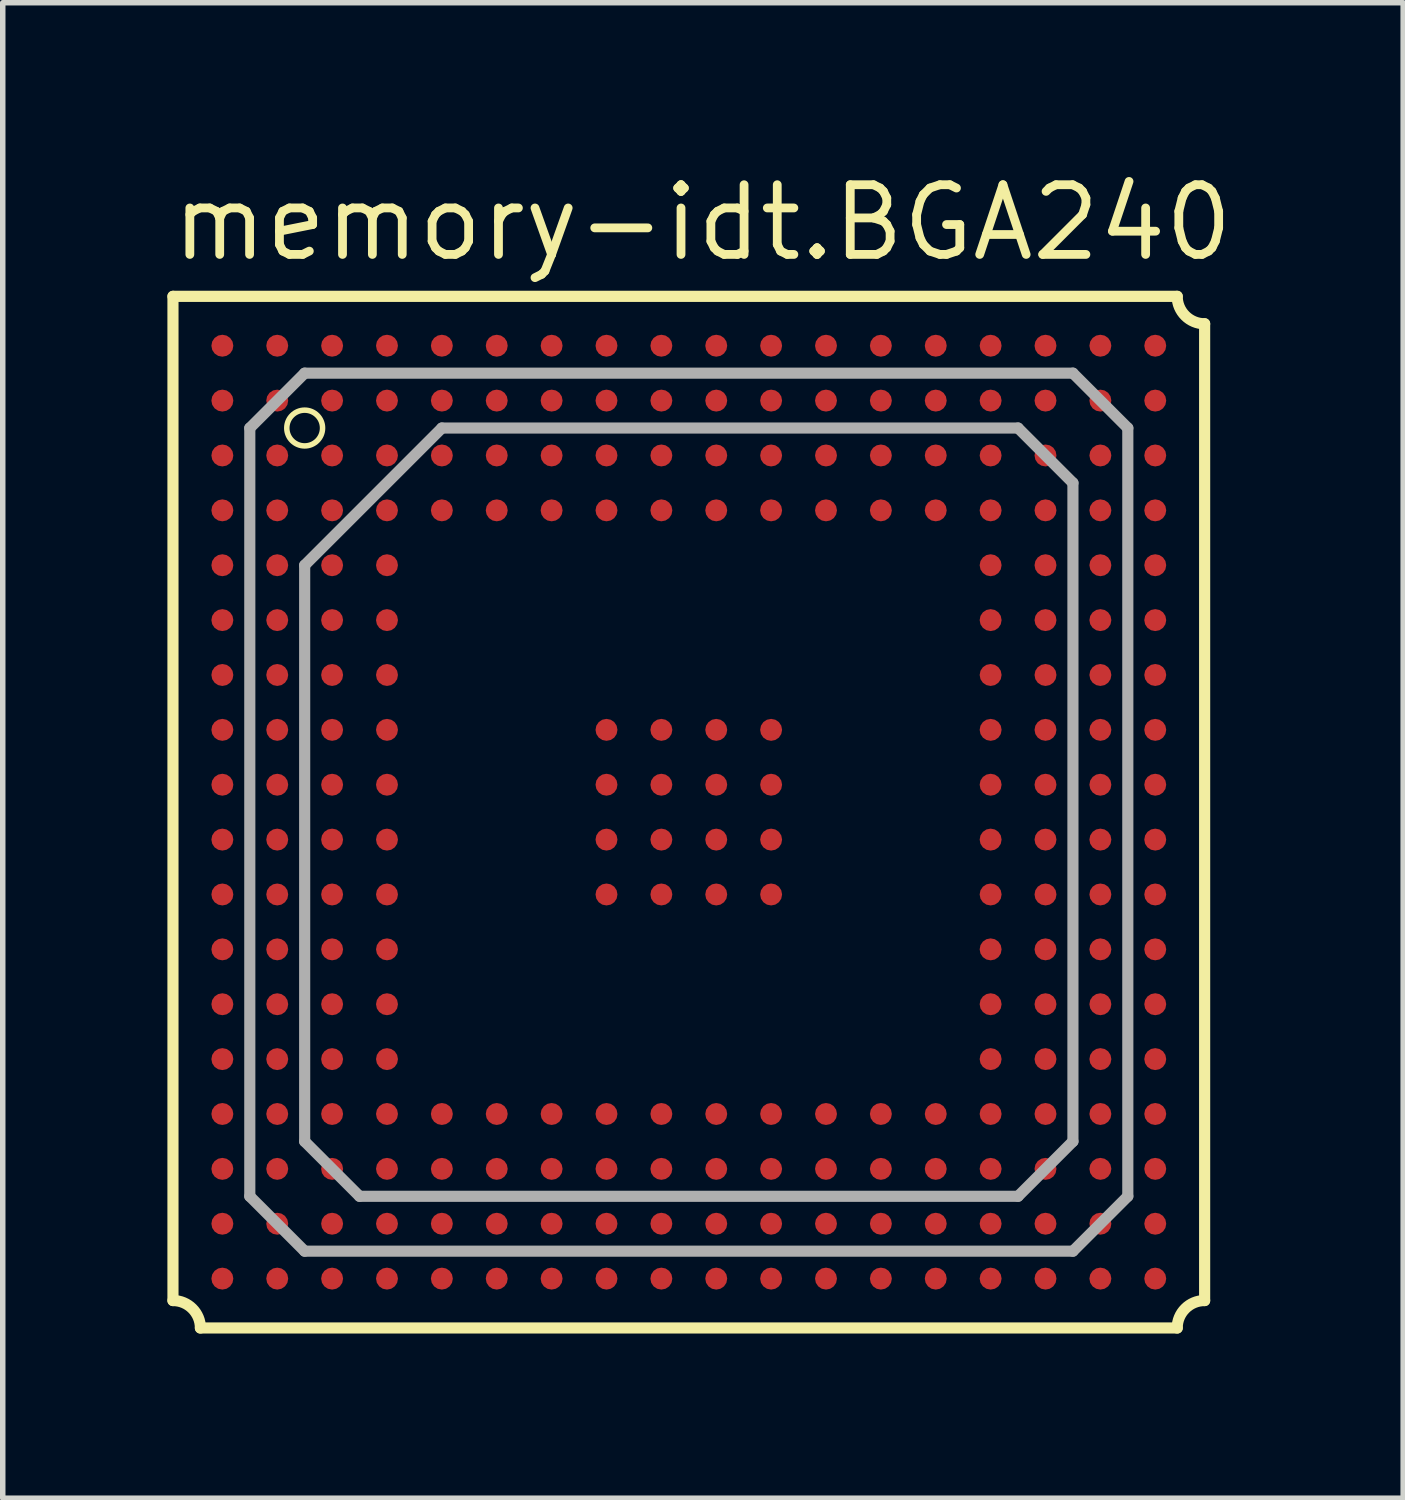
<source format=kicad_pcb>
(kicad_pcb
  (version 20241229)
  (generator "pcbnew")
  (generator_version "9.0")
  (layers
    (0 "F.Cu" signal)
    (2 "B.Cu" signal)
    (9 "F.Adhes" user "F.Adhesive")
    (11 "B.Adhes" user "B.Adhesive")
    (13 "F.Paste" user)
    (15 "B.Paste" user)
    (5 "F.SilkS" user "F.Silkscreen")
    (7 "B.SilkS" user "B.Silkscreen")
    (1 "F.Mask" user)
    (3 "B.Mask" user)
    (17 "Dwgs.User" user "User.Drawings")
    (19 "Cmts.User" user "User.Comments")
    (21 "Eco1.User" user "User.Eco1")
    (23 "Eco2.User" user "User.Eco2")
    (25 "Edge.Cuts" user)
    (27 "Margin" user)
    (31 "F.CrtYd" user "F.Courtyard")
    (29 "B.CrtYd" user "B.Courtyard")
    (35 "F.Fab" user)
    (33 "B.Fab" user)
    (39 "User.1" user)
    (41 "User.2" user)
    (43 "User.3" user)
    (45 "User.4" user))
  (footprint "memory-idt.BGA240"
    (layer "F.Cu")
    (at 9.502 11.75)
    (property "Reference" "memory-idt.BGA240" (at -9.5 -10 0) (layer "F.SilkS") (effects (font (size 1.27 1.27) (thickness 0.16)) (justify left bottom)))
    (attr smd)
    (fp_circle (center -8.5 -8.5) (end -8.3 -8.5) (stroke (width 0.1) (type default)) (fill no) (layer "F.Mask"))
    (fp_circle (center -8.5 -7.5) (end -8.3 -7.5) (stroke (width 0.1) (type default)) (fill no) (layer "F.Mask"))
    (fp_circle (center -8.5 -6.5) (end -8.3 -6.5) (stroke (width 0.1) (type default)) (fill no) (layer "F.Mask"))
    (fp_circle (center -8.5 -5.5) (end -8.3 -5.5) (stroke (width 0.1) (type default)) (fill no) (layer "F.Mask"))
    (fp_circle (center -8.5 -4.5) (end -8.3 -4.5) (stroke (width 0.1) (type default)) (fill no) (layer "F.Mask"))
    (fp_circle (center -8.5 -3.5) (end -8.3 -3.5) (stroke (width 0.1) (type default)) (fill no) (layer "F.Mask"))
    (fp_circle (center -8.5 -2.5) (end -8.3 -2.5) (stroke (width 0.1) (type default)) (fill no) (layer "F.Mask"))
    (fp_circle (center -8.5 -1.5) (end -8.3 -1.5) (stroke (width 0.1) (type default)) (fill no) (layer "F.Mask"))
    (fp_circle (center -8.5 -0.5) (end -8.3 -0.5) (stroke (width 0.1) (type default)) (fill no) (layer "F.Mask"))
    (fp_circle (center -8.5 0.5) (end -8.3 0.5) (stroke (width 0.1) (type default)) (fill no) (layer "F.Mask"))
    (fp_circle (center -8.5 1.5) (end -8.3 1.5) (stroke (width 0.1) (type default)) (fill no) (layer "F.Mask"))
    (fp_circle (center -8.5 2.5) (end -8.3 2.5) (stroke (width 0.1) (type default)) (fill no) (layer "F.Mask"))
    (fp_circle (center -8.5 3.5) (end -8.3 3.5) (stroke (width 0.1) (type default)) (fill no) (layer "F.Mask"))
    (fp_circle (center -8.5 4.5) (end -8.3 4.5) (stroke (width 0.1) (type default)) (fill no) (layer "F.Mask"))
    (fp_circle (center -8.5 5.5) (end -8.3 5.5) (stroke (width 0.1) (type default)) (fill no) (layer "F.Mask"))
    (fp_circle (center -8.5 6.5) (end -8.3 6.5) (stroke (width 0.1) (type default)) (fill no) (layer "F.Mask"))
    (fp_circle (center -8.5 7.5) (end -8.3 7.5) (stroke (width 0.1) (type default)) (fill no) (layer "F.Mask"))
    (fp_circle (center -8.5 8.5) (end -8.3 8.5) (stroke (width 0.1) (type default)) (fill no) (layer "F.Mask"))
    (fp_circle (center -7.5 -8.5) (end -7.3 -8.5) (stroke (width 0.1) (type default)) (fill no) (layer "F.Mask"))
    (fp_circle (center -7.5 -7.5) (end -7.3 -7.5) (stroke (width 0.1) (type default)) (fill no) (layer "F.Mask"))
    (fp_circle (center -7.5 -6.5) (end -7.3 -6.5) (stroke (width 0.1) (type default)) (fill no) (layer "F.Mask"))
    (fp_circle (center -7.5 -5.5) (end -7.3 -5.5) (stroke (width 0.1) (type default)) (fill no) (layer "F.Mask"))
    (fp_circle (center -7.5 -4.5) (end -7.3 -4.5) (stroke (width 0.1) (type default)) (fill no) (layer "F.Mask"))
    (fp_circle (center -7.5 -3.5) (end -7.3 -3.5) (stroke (width 0.1) (type default)) (fill no) (layer "F.Mask"))
    (fp_circle (center -7.5 -2.5) (end -7.3 -2.5) (stroke (width 0.1) (type default)) (fill no) (layer "F.Mask"))
    (fp_circle (center -7.5 -1.5) (end -7.3 -1.5) (stroke (width 0.1) (type default)) (fill no) (layer "F.Mask"))
    (fp_circle (center -7.5 -0.5) (end -7.3 -0.5) (stroke (width 0.1) (type default)) (fill no) (layer "F.Mask"))
    (fp_circle (center -7.5 0.5) (end -7.3 0.5) (stroke (width 0.1) (type default)) (fill no) (layer "F.Mask"))
    (fp_circle (center -7.5 1.5) (end -7.3 1.5) (stroke (width 0.1) (type default)) (fill no) (layer "F.Mask"))
    (fp_circle (center -7.5 2.5) (end -7.3 2.5) (stroke (width 0.1) (type default)) (fill no) (layer "F.Mask"))
    (fp_circle (center -7.5 3.5) (end -7.3 3.5) (stroke (width 0.1) (type default)) (fill no) (layer "F.Mask"))
    (fp_circle (center -7.5 4.5) (end -7.3 4.5) (stroke (width 0.1) (type default)) (fill no) (layer "F.Mask"))
    (fp_circle (center -7.5 5.5) (end -7.3 5.5) (stroke (width 0.1) (type default)) (fill no) (layer "F.Mask"))
    (fp_circle (center -7.5 6.5) (end -7.3 6.5) (stroke (width 0.1) (type default)) (fill no) (layer "F.Mask"))
    (fp_circle (center -7.5 7.5) (end -7.3 7.5) (stroke (width 0.1) (type default)) (fill no) (layer "F.Mask"))
    (fp_circle (center -7.5 8.5) (end -7.3 8.5) (stroke (width 0.1) (type default)) (fill no) (layer "F.Mask"))
    (fp_circle (center -6.5 -8.5) (end -6.3 -8.5) (stroke (width 0.1) (type default)) (fill no) (layer "F.Mask"))
    (fp_circle (center -6.5 -7.5) (end -6.3 -7.5) (stroke (width 0.1) (type default)) (fill no) (layer "F.Mask"))
    (fp_circle (center -6.5 -6.5) (end -6.3 -6.5) (stroke (width 0.1) (type default)) (fill no) (layer "F.Mask"))
    (fp_circle (center -6.5 -5.5) (end -6.3 -5.5) (stroke (width 0.1) (type default)) (fill no) (layer "F.Mask"))
    (fp_circle (center -6.5 -4.5) (end -6.3 -4.5) (stroke (width 0.1) (type default)) (fill no) (layer "F.Mask"))
    (fp_circle (center -6.5 -3.5) (end -6.3 -3.5) (stroke (width 0.1) (type default)) (fill no) (layer "F.Mask"))
    (fp_circle (center -6.5 -2.5) (end -6.3 -2.5) (stroke (width 0.1) (type default)) (fill no) (layer "F.Mask"))
    (fp_circle (center -6.5 -1.5) (end -6.3 -1.5) (stroke (width 0.1) (type default)) (fill no) (layer "F.Mask"))
    (fp_circle (center -6.5 -0.5) (end -6.3 -0.5) (stroke (width 0.1) (type default)) (fill no) (layer "F.Mask"))
    (fp_circle (center -6.5 0.5) (end -6.3 0.5) (stroke (width 0.1) (type default)) (fill no) (layer "F.Mask"))
    (fp_circle (center -6.5 1.5) (end -6.3 1.5) (stroke (width 0.1) (type default)) (fill no) (layer "F.Mask"))
    (fp_circle (center -6.5 2.5) (end -6.3 2.5) (stroke (width 0.1) (type default)) (fill no) (layer "F.Mask"))
    (fp_circle (center -6.5 3.5) (end -6.3 3.5) (stroke (width 0.1) (type default)) (fill no) (layer "F.Mask"))
    (fp_circle (center -6.5 4.5) (end -6.3 4.5) (stroke (width 0.1) (type default)) (fill no) (layer "F.Mask"))
    (fp_circle (center -6.5 5.5) (end -6.3 5.5) (stroke (width 0.1) (type default)) (fill no) (layer "F.Mask"))
    (fp_circle (center -6.5 6.5) (end -6.3 6.5) (stroke (width 0.1) (type default)) (fill no) (layer "F.Mask"))
    (fp_circle (center -6.5 7.5) (end -6.3 7.5) (stroke (width 0.1) (type default)) (fill no) (layer "F.Mask"))
    (fp_circle (center -6.5 8.5) (end -6.3 8.5) (stroke (width 0.1) (type default)) (fill no) (layer "F.Mask"))
    (fp_circle (center -5.5 -8.5) (end -5.3 -8.5) (stroke (width 0.1) (type default)) (fill no) (layer "F.Mask"))
    (fp_circle (center -5.5 -7.5) (end -5.3 -7.5) (stroke (width 0.1) (type default)) (fill no) (layer "F.Mask"))
    (fp_circle (center -5.5 -6.5) (end -5.3 -6.5) (stroke (width 0.1) (type default)) (fill no) (layer "F.Mask"))
    (fp_circle (center -5.5 -5.5) (end -5.3 -5.5) (stroke (width 0.1) (type default)) (fill no) (layer "F.Mask"))
    (fp_circle (center -5.5 -4.5) (end -5.3 -4.5) (stroke (width 0.1) (type default)) (fill no) (layer "F.Mask"))
    (fp_circle (center -5.5 -3.5) (end -5.3 -3.5) (stroke (width 0.1) (type default)) (fill no) (layer "F.Mask"))
    (fp_circle (center -5.5 -2.5) (end -5.3 -2.5) (stroke (width 0.1) (type default)) (fill no) (layer "F.Mask"))
    (fp_circle (center -5.5 -1.5) (end -5.3 -1.5) (stroke (width 0.1) (type default)) (fill no) (layer "F.Mask"))
    (fp_circle (center -5.5 -0.5) (end -5.3 -0.5) (stroke (width 0.1) (type default)) (fill no) (layer "F.Mask"))
    (fp_circle (center -5.5 0.5) (end -5.3 0.5) (stroke (width 0.1) (type default)) (fill no) (layer "F.Mask"))
    (fp_circle (center -5.5 1.5) (end -5.3 1.5) (stroke (width 0.1) (type default)) (fill no) (layer "F.Mask"))
    (fp_circle (center -5.5 2.5) (end -5.3 2.5) (stroke (width 0.1) (type default)) (fill no) (layer "F.Mask"))
    (fp_circle (center -5.5 3.5) (end -5.3 3.5) (stroke (width 0.1) (type default)) (fill no) (layer "F.Mask"))
    (fp_circle (center -5.5 4.5) (end -5.3 4.5) (stroke (width 0.1) (type default)) (fill no) (layer "F.Mask"))
    (fp_circle (center -5.5 5.5) (end -5.3 5.5) (stroke (width 0.1) (type default)) (fill no) (layer "F.Mask"))
    (fp_circle (center -5.5 6.5) (end -5.3 6.5) (stroke (width 0.1) (type default)) (fill no) (layer "F.Mask"))
    (fp_circle (center -5.5 7.5) (end -5.3 7.5) (stroke (width 0.1) (type default)) (fill no) (layer "F.Mask"))
    (fp_circle (center -5.5 8.5) (end -5.3 8.5) (stroke (width 0.1) (type default)) (fill no) (layer "F.Mask"))
    (fp_circle (center -4.5 -8.5) (end -4.3 -8.5) (stroke (width 0.1) (type default)) (fill no) (layer "F.Mask"))
    (fp_circle (center -4.5 -7.5) (end -4.3 -7.5) (stroke (width 0.1) (type default)) (fill no) (layer "F.Mask"))
    (fp_circle (center -4.5 -6.5) (end -4.3 -6.5) (stroke (width 0.1) (type default)) (fill no) (layer "F.Mask"))
    (fp_circle (center -4.5 -5.5) (end -4.3 -5.5) (stroke (width 0.1) (type default)) (fill no) (layer "F.Mask"))
    (fp_circle (center -4.5 5.5) (end -4.3 5.5) (stroke (width 0.1) (type default)) (fill no) (layer "F.Mask"))
    (fp_circle (center -4.5 6.5) (end -4.3 6.5) (stroke (width 0.1) (type default)) (fill no) (layer "F.Mask"))
    (fp_circle (center -4.5 7.5) (end -4.3 7.5) (stroke (width 0.1) (type default)) (fill no) (layer "F.Mask"))
    (fp_circle (center -4.5 8.5) (end -4.3 8.5) (stroke (width 0.1) (type default)) (fill no) (layer "F.Mask"))
    (fp_circle (center -3.5 -8.5) (end -3.3 -8.5) (stroke (width 0.1) (type default)) (fill no) (layer "F.Mask"))
    (fp_circle (center -3.5 -7.5) (end -3.3 -7.5) (stroke (width 0.1) (type default)) (fill no) (layer "F.Mask"))
    (fp_circle (center -3.5 -6.5) (end -3.3 -6.5) (stroke (width 0.1) (type default)) (fill no) (layer "F.Mask"))
    (fp_circle (center -3.5 -5.5) (end -3.3 -5.5) (stroke (width 0.1) (type default)) (fill no) (layer "F.Mask"))
    (fp_circle (center -3.5 5.5) (end -3.3 5.5) (stroke (width 0.1) (type default)) (fill no) (layer "F.Mask"))
    (fp_circle (center -3.5 6.5) (end -3.3 6.5) (stroke (width 0.1) (type default)) (fill no) (layer "F.Mask"))
    (fp_circle (center -3.5 7.5) (end -3.3 7.5) (stroke (width 0.1) (type default)) (fill no) (layer "F.Mask"))
    (fp_circle (center -3.5 8.5) (end -3.3 8.5) (stroke (width 0.1) (type default)) (fill no) (layer "F.Mask"))
    (fp_circle (center -2.5 -8.5) (end -2.3 -8.5) (stroke (width 0.1) (type default)) (fill no) (layer "F.Mask"))
    (fp_circle (center -2.5 -7.5) (end -2.3 -7.5) (stroke (width 0.1) (type default)) (fill no) (layer "F.Mask"))
    (fp_circle (center -2.5 -6.5) (end -2.3 -6.5) (stroke (width 0.1) (type default)) (fill no) (layer "F.Mask"))
    (fp_circle (center -2.5 -5.5) (end -2.3 -5.5) (stroke (width 0.1) (type default)) (fill no) (layer "F.Mask"))
    (fp_circle (center -2.5 5.5) (end -2.3 5.5) (stroke (width 0.1) (type default)) (fill no) (layer "F.Mask"))
    (fp_circle (center -2.5 6.5) (end -2.3 6.5) (stroke (width 0.1) (type default)) (fill no) (layer "F.Mask"))
    (fp_circle (center -2.5 7.5) (end -2.3 7.5) (stroke (width 0.1) (type default)) (fill no) (layer "F.Mask"))
    (fp_circle (center -2.5 8.5) (end -2.3 8.5) (stroke (width 0.1) (type default)) (fill no) (layer "F.Mask"))
    (fp_circle (center -1.5 -8.5) (end -1.3 -8.5) (stroke (width 0.1) (type default)) (fill no) (layer "F.Mask"))
    (fp_circle (center -1.5 -7.5) (end -1.3 -7.5) (stroke (width 0.1) (type default)) (fill no) (layer "F.Mask"))
    (fp_circle (center -1.5 -6.5) (end -1.3 -6.5) (stroke (width 0.1) (type default)) (fill no) (layer "F.Mask"))
    (fp_circle (center -1.5 -5.5) (end -1.3 -5.5) (stroke (width 0.1) (type default)) (fill no) (layer "F.Mask"))
    (fp_circle (center -1.5 -1.5) (end -1.3 -1.5) (stroke (width 0.1) (type default)) (fill no) (layer "F.Mask"))
    (fp_circle (center -1.5 -0.5) (end -1.3 -0.5) (stroke (width 0.1) (type default)) (fill no) (layer "F.Mask"))
    (fp_circle (center -1.5 0.5) (end -1.3 0.5) (stroke (width 0.1) (type default)) (fill no) (layer "F.Mask"))
    (fp_circle (center -1.5 1.5) (end -1.3 1.5) (stroke (width 0.1) (type default)) (fill no) (layer "F.Mask"))
    (fp_circle (center -1.5 5.5) (end -1.3 5.5) (stroke (width 0.1) (type default)) (fill no) (layer "F.Mask"))
    (fp_circle (center -1.5 6.5) (end -1.3 6.5) (stroke (width 0.1) (type default)) (fill no) (layer "F.Mask"))
    (fp_circle (center -1.5 7.5) (end -1.3 7.5) (stroke (width 0.1) (type default)) (fill no) (layer "F.Mask"))
    (fp_circle (center -1.5 8.5) (end -1.3 8.5) (stroke (width 0.1) (type default)) (fill no) (layer "F.Mask"))
    (fp_circle (center -0.5 -8.5) (end -0.3 -8.5) (stroke (width 0.1) (type default)) (fill no) (layer "F.Mask"))
    (fp_circle (center -0.5 -7.5) (end -0.3 -7.5) (stroke (width 0.1) (type default)) (fill no) (layer "F.Mask"))
    (fp_circle (center -0.5 -6.5) (end -0.3 -6.5) (stroke (width 0.1) (type default)) (fill no) (layer "F.Mask"))
    (fp_circle (center -0.5 -5.5) (end -0.3 -5.5) (stroke (width 0.1) (type default)) (fill no) (layer "F.Mask"))
    (fp_circle (center -0.5 -1.5) (end -0.3 -1.5) (stroke (width 0.1) (type default)) (fill no) (layer "F.Mask"))
    (fp_circle (center -0.5 -0.5) (end -0.3 -0.5) (stroke (width 0.1) (type default)) (fill no) (layer "F.Mask"))
    (fp_circle (center -0.5 0.5) (end -0.3 0.5) (stroke (width 0.1) (type default)) (fill no) (layer "F.Mask"))
    (fp_circle (center -0.5 1.5) (end -0.3 1.5) (stroke (width 0.1) (type default)) (fill no) (layer "F.Mask"))
    (fp_circle (center -0.5 5.5) (end -0.3 5.5) (stroke (width 0.1) (type default)) (fill no) (layer "F.Mask"))
    (fp_circle (center -0.5 6.5) (end -0.3 6.5) (stroke (width 0.1) (type default)) (fill no) (layer "F.Mask"))
    (fp_circle (center -0.5 7.5) (end -0.3 7.5) (stroke (width 0.1) (type default)) (fill no) (layer "F.Mask"))
    (fp_circle (center -0.5 8.5) (end -0.3 8.5) (stroke (width 0.1) (type default)) (fill no) (layer "F.Mask"))
    (fp_circle (center 0.5 -8.5) (end 0.7 -8.5) (stroke (width 0.1) (type default)) (fill no) (layer "F.Mask"))
    (fp_circle (center 0.5 -7.5) (end 0.7 -7.5) (stroke (width 0.1) (type default)) (fill no) (layer "F.Mask"))
    (fp_circle (center 0.5 -6.5) (end 0.7 -6.5) (stroke (width 0.1) (type default)) (fill no) (layer "F.Mask"))
    (fp_circle (center 0.5 -5.5) (end 0.7 -5.5) (stroke (width 0.1) (type default)) (fill no) (layer "F.Mask"))
    (fp_circle (center 0.5 -1.5) (end 0.7 -1.5) (stroke (width 0.1) (type default)) (fill no) (layer "F.Mask"))
    (fp_circle (center 0.5 -0.5) (end 0.7 -0.5) (stroke (width 0.1) (type default)) (fill no) (layer "F.Mask"))
    (fp_circle (center 0.5 0.5) (end 0.7 0.5) (stroke (width 0.1) (type default)) (fill no) (layer "F.Mask"))
    (fp_circle (center 0.5 1.5) (end 0.7 1.5) (stroke (width 0.1) (type default)) (fill no) (layer "F.Mask"))
    (fp_circle (center 0.5 5.5) (end 0.7 5.5) (stroke (width 0.1) (type default)) (fill no) (layer "F.Mask"))
    (fp_circle (center 0.5 6.5) (end 0.7 6.5) (stroke (width 0.1) (type default)) (fill no) (layer "F.Mask"))
    (fp_circle (center 0.5 7.5) (end 0.7 7.5) (stroke (width 0.1) (type default)) (fill no) (layer "F.Mask"))
    (fp_circle (center 0.5 8.5) (end 0.7 8.5) (stroke (width 0.1) (type default)) (fill no) (layer "F.Mask"))
    (fp_circle (center 1.5 -8.5) (end 1.7 -8.5) (stroke (width 0.1) (type default)) (fill no) (layer "F.Mask"))
    (fp_circle (center 1.5 -7.5) (end 1.7 -7.5) (stroke (width 0.1) (type default)) (fill no) (layer "F.Mask"))
    (fp_circle (center 1.5 -6.5) (end 1.7 -6.5) (stroke (width 0.1) (type default)) (fill no) (layer "F.Mask"))
    (fp_circle (center 1.5 -5.5) (end 1.7 -5.5) (stroke (width 0.1) (type default)) (fill no) (layer "F.Mask"))
    (fp_circle (center 1.5 -1.5) (end 1.7 -1.5) (stroke (width 0.1) (type default)) (fill no) (layer "F.Mask"))
    (fp_circle (center 1.5 -0.5) (end 1.7 -0.5) (stroke (width 0.1) (type default)) (fill no) (layer "F.Mask"))
    (fp_circle (center 1.5 0.5) (end 1.7 0.5) (stroke (width 0.1) (type default)) (fill no) (layer "F.Mask"))
    (fp_circle (center 1.5 1.5) (end 1.7 1.5) (stroke (width 0.1) (type default)) (fill no) (layer "F.Mask"))
    (fp_circle (center 1.5 5.5) (end 1.7 5.5) (stroke (width 0.1) (type default)) (fill no) (layer "F.Mask"))
    (fp_circle (center 1.5 6.5) (end 1.7 6.5) (stroke (width 0.1) (type default)) (fill no) (layer "F.Mask"))
    (fp_circle (center 1.5 7.5) (end 1.7 7.5) (stroke (width 0.1) (type default)) (fill no) (layer "F.Mask"))
    (fp_circle (center 1.5 8.5) (end 1.7 8.5) (stroke (width 0.1) (type default)) (fill no) (layer "F.Mask"))
    (fp_circle (center 2.5 -8.5) (end 2.7 -8.5) (stroke (width 0.1) (type default)) (fill no) (layer "F.Mask"))
    (fp_circle (center 2.5 -7.5) (end 2.7 -7.5) (stroke (width 0.1) (type default)) (fill no) (layer "F.Mask"))
    (fp_circle (center 2.5 -6.5) (end 2.7 -6.5) (stroke (width 0.1) (type default)) (fill no) (layer "F.Mask"))
    (fp_circle (center 2.5 -5.5) (end 2.7 -5.5) (stroke (width 0.1) (type default)) (fill no) (layer "F.Mask"))
    (fp_circle (center 2.5 5.5) (end 2.7 5.5) (stroke (width 0.1) (type default)) (fill no) (layer "F.Mask"))
    (fp_circle (center 2.5 6.5) (end 2.7 6.5) (stroke (width 0.1) (type default)) (fill no) (layer "F.Mask"))
    (fp_circle (center 2.5 7.5) (end 2.7 7.5) (stroke (width 0.1) (type default)) (fill no) (layer "F.Mask"))
    (fp_circle (center 2.5 8.5) (end 2.7 8.5) (stroke (width 0.1) (type default)) (fill no) (layer "F.Mask"))
    (fp_circle (center 3.5 -8.5) (end 3.7 -8.5) (stroke (width 0.1) (type default)) (fill no) (layer "F.Mask"))
    (fp_circle (center 3.5 -7.5) (end 3.7 -7.5) (stroke (width 0.1) (type default)) (fill no) (layer "F.Mask"))
    (fp_circle (center 3.5 -6.5) (end 3.7 -6.5) (stroke (width 0.1) (type default)) (fill no) (layer "F.Mask"))
    (fp_circle (center 3.5 -5.5) (end 3.7 -5.5) (stroke (width 0.1) (type default)) (fill no) (layer "F.Mask"))
    (fp_circle (center 3.5 5.5) (end 3.7 5.5) (stroke (width 0.1) (type default)) (fill no) (layer "F.Mask"))
    (fp_circle (center 3.5 6.5) (end 3.7 6.5) (stroke (width 0.1) (type default)) (fill no) (layer "F.Mask"))
    (fp_circle (center 3.5 7.5) (end 3.7 7.5) (stroke (width 0.1) (type default)) (fill no) (layer "F.Mask"))
    (fp_circle (center 3.5 8.5) (end 3.7 8.5) (stroke (width 0.1) (type default)) (fill no) (layer "F.Mask"))
    (fp_circle (center 4.5 -8.5) (end 4.7 -8.5) (stroke (width 0.1) (type default)) (fill no) (layer "F.Mask"))
    (fp_circle (center 4.5 -7.5) (end 4.7 -7.5) (stroke (width 0.1) (type default)) (fill no) (layer "F.Mask"))
    (fp_circle (center 4.5 -6.5) (end 4.7 -6.5) (stroke (width 0.1) (type default)) (fill no) (layer "F.Mask"))
    (fp_circle (center 4.5 -5.5) (end 4.7 -5.5) (stroke (width 0.1) (type default)) (fill no) (layer "F.Mask"))
    (fp_circle (center 4.5 5.5) (end 4.7 5.5) (stroke (width 0.1) (type default)) (fill no) (layer "F.Mask"))
    (fp_circle (center 4.5 6.5) (end 4.7 6.5) (stroke (width 0.1) (type default)) (fill no) (layer "F.Mask"))
    (fp_circle (center 4.5 7.5) (end 4.7 7.5) (stroke (width 0.1) (type default)) (fill no) (layer "F.Mask"))
    (fp_circle (center 4.5 8.5) (end 4.7 8.5) (stroke (width 0.1) (type default)) (fill no) (layer "F.Mask"))
    (fp_circle (center 5.5 -8.5) (end 5.7 -8.5) (stroke (width 0.1) (type default)) (fill no) (layer "F.Mask"))
    (fp_circle (center 5.5 -7.5) (end 5.7 -7.5) (stroke (width 0.1) (type default)) (fill no) (layer "F.Mask"))
    (fp_circle (center 5.5 -6.5) (end 5.7 -6.5) (stroke (width 0.1) (type default)) (fill no) (layer "F.Mask"))
    (fp_circle (center 5.5 -5.5) (end 5.7 -5.5) (stroke (width 0.1) (type default)) (fill no) (layer "F.Mask"))
    (fp_circle (center 5.5 -4.5) (end 5.7 -4.5) (stroke (width 0.1) (type default)) (fill no) (layer "F.Mask"))
    (fp_circle (center 5.5 -3.5) (end 5.7 -3.5) (stroke (width 0.1) (type default)) (fill no) (layer "F.Mask"))
    (fp_circle (center 5.5 -2.5) (end 5.7 -2.5) (stroke (width 0.1) (type default)) (fill no) (layer "F.Mask"))
    (fp_circle (center 5.5 -1.5) (end 5.7 -1.5) (stroke (width 0.1) (type default)) (fill no) (layer "F.Mask"))
    (fp_circle (center 5.5 -0.5) (end 5.7 -0.5) (stroke (width 0.1) (type default)) (fill no) (layer "F.Mask"))
    (fp_circle (center 5.5 0.5) (end 5.7 0.5) (stroke (width 0.1) (type default)) (fill no) (layer "F.Mask"))
    (fp_circle (center 5.5 1.5) (end 5.7 1.5) (stroke (width 0.1) (type default)) (fill no) (layer "F.Mask"))
    (fp_circle (center 5.5 2.5) (end 5.7 2.5) (stroke (width 0.1) (type default)) (fill no) (layer "F.Mask"))
    (fp_circle (center 5.5 3.5) (end 5.7 3.5) (stroke (width 0.1) (type default)) (fill no) (layer "F.Mask"))
    (fp_circle (center 5.5 4.5) (end 5.7 4.5) (stroke (width 0.1) (type default)) (fill no) (layer "F.Mask"))
    (fp_circle (center 5.5 5.5) (end 5.7 5.5) (stroke (width 0.1) (type default)) (fill no) (layer "F.Mask"))
    (fp_circle (center 5.5 6.5) (end 5.7 6.5) (stroke (width 0.1) (type default)) (fill no) (layer "F.Mask"))
    (fp_circle (center 5.5 7.5) (end 5.7 7.5) (stroke (width 0.1) (type default)) (fill no) (layer "F.Mask"))
    (fp_circle (center 5.5 8.5) (end 5.7 8.5) (stroke (width 0.1) (type default)) (fill no) (layer "F.Mask"))
    (fp_circle (center 6.5 -8.5) (end 6.7 -8.5) (stroke (width 0.1) (type default)) (fill no) (layer "F.Mask"))
    (fp_circle (center 6.5 -7.5) (end 6.7 -7.5) (stroke (width 0.1) (type default)) (fill no) (layer "F.Mask"))
    (fp_circle (center 6.5 -6.5) (end 6.7 -6.5) (stroke (width 0.1) (type default)) (fill no) (layer "F.Mask"))
    (fp_circle (center 6.5 -5.5) (end 6.7 -5.5) (stroke (width 0.1) (type default)) (fill no) (layer "F.Mask"))
    (fp_circle (center 6.5 -4.5) (end 6.7 -4.5) (stroke (width 0.1) (type default)) (fill no) (layer "F.Mask"))
    (fp_circle (center 6.5 -3.5) (end 6.7 -3.5) (stroke (width 0.1) (type default)) (fill no) (layer "F.Mask"))
    (fp_circle (center 6.5 -2.5) (end 6.7 -2.5) (stroke (width 0.1) (type default)) (fill no) (layer "F.Mask"))
    (fp_circle (center 6.5 -1.5) (end 6.7 -1.5) (stroke (width 0.1) (type default)) (fill no) (layer "F.Mask"))
    (fp_circle (center 6.5 -0.5) (end 6.7 -0.5) (stroke (width 0.1) (type default)) (fill no) (layer "F.Mask"))
    (fp_circle (center 6.5 0.5) (end 6.7 0.5) (stroke (width 0.1) (type default)) (fill no) (layer "F.Mask"))
    (fp_circle (center 6.5 1.5) (end 6.7 1.5) (stroke (width 0.1) (type default)) (fill no) (layer "F.Mask"))
    (fp_circle (center 6.5 2.5) (end 6.7 2.5) (stroke (width 0.1) (type default)) (fill no) (layer "F.Mask"))
    (fp_circle (center 6.5 3.5) (end 6.7 3.5) (stroke (width 0.1) (type default)) (fill no) (layer "F.Mask"))
    (fp_circle (center 6.5 4.5) (end 6.7 4.5) (stroke (width 0.1) (type default)) (fill no) (layer "F.Mask"))
    (fp_circle (center 6.5 5.5) (end 6.7 5.5) (stroke (width 0.1) (type default)) (fill no) (layer "F.Mask"))
    (fp_circle (center 6.5 6.5) (end 6.7 6.5) (stroke (width 0.1) (type default)) (fill no) (layer "F.Mask"))
    (fp_circle (center 6.5 7.5) (end 6.7 7.5) (stroke (width 0.1) (type default)) (fill no) (layer "F.Mask"))
    (fp_circle (center 6.5 8.5) (end 6.7 8.5) (stroke (width 0.1) (type default)) (fill no) (layer "F.Mask"))
    (fp_circle (center 7.5 -8.5) (end 7.7 -8.5) (stroke (width 0.1) (type default)) (fill no) (layer "F.Mask"))
    (fp_circle (center 7.5 -7.5) (end 7.7 -7.5) (stroke (width 0.1) (type default)) (fill no) (layer "F.Mask"))
    (fp_circle (center 7.5 -6.5) (end 7.7 -6.5) (stroke (width 0.1) (type default)) (fill no) (layer "F.Mask"))
    (fp_circle (center 7.5 -5.5) (end 7.7 -5.5) (stroke (width 0.1) (type default)) (fill no) (layer "F.Mask"))
    (fp_circle (center 7.5 -4.5) (end 7.7 -4.5) (stroke (width 0.1) (type default)) (fill no) (layer "F.Mask"))
    (fp_circle (center 7.5 -3.5) (end 7.7 -3.5) (stroke (width 0.1) (type default)) (fill no) (layer "F.Mask"))
    (fp_circle (center 7.5 -2.5) (end 7.7 -2.5) (stroke (width 0.1) (type default)) (fill no) (layer "F.Mask"))
    (fp_circle (center 7.5 -1.5) (end 7.7 -1.5) (stroke (width 0.1) (type default)) (fill no) (layer "F.Mask"))
    (fp_circle (center 7.5 -0.5) (end 7.7 -0.5) (stroke (width 0.1) (type default)) (fill no) (layer "F.Mask"))
    (fp_circle (center 7.5 0.5) (end 7.7 0.5) (stroke (width 0.1) (type default)) (fill no) (layer "F.Mask"))
    (fp_circle (center 7.5 1.5) (end 7.7 1.5) (stroke (width 0.1) (type default)) (fill no) (layer "F.Mask"))
    (fp_circle (center 7.5 2.5) (end 7.7 2.5) (stroke (width 0.1) (type default)) (fill no) (layer "F.Mask"))
    (fp_circle (center 7.5 3.5) (end 7.7 3.5) (stroke (width 0.1) (type default)) (fill no) (layer "F.Mask"))
    (fp_circle (center 7.5 4.5) (end 7.7 4.5) (stroke (width 0.1) (type default)) (fill no) (layer "F.Mask"))
    (fp_circle (center 7.5 5.5) (end 7.7 5.5) (stroke (width 0.1) (type default)) (fill no) (layer "F.Mask"))
    (fp_circle (center 7.5 6.5) (end 7.7 6.5) (stroke (width 0.1) (type default)) (fill no) (layer "F.Mask"))
    (fp_circle (center 7.5 7.5) (end 7.7 7.5) (stroke (width 0.1) (type default)) (fill no) (layer "F.Mask"))
    (fp_circle (center 7.5 8.5) (end 7.7 8.5) (stroke (width 0.1) (type default)) (fill no) (layer "F.Mask"))
    (fp_circle (center 8.5 -8.5) (end 8.7 -8.5) (stroke (width 0.1) (type default)) (fill no) (layer "F.Mask"))
    (fp_circle (center 8.5 -7.5) (end 8.7 -7.5) (stroke (width 0.1) (type default)) (fill no) (layer "F.Mask"))
    (fp_circle (center 8.5 -6.5) (end 8.7 -6.5) (stroke (width 0.1) (type default)) (fill no) (layer "F.Mask"))
    (fp_circle (center 8.5 -5.5) (end 8.7 -5.5) (stroke (width 0.1) (type default)) (fill no) (layer "F.Mask"))
    (fp_circle (center 8.5 -4.5) (end 8.7 -4.5) (stroke (width 0.1) (type default)) (fill no) (layer "F.Mask"))
    (fp_circle (center 8.5 -3.5) (end 8.7 -3.5) (stroke (width 0.1) (type default)) (fill no) (layer "F.Mask"))
    (fp_circle (center 8.5 -2.5) (end 8.7 -2.5) (stroke (width 0.1) (type default)) (fill no) (layer "F.Mask"))
    (fp_circle (center 8.5 -1.5) (end 8.7 -1.5) (stroke (width 0.1) (type default)) (fill no) (layer "F.Mask"))
    (fp_circle (center 8.5 -0.5) (end 8.7 -0.5) (stroke (width 0.1) (type default)) (fill no) (layer "F.Mask"))
    (fp_circle (center 8.5 0.5) (end 8.7 0.5) (stroke (width 0.1) (type default)) (fill no) (layer "F.Mask"))
    (fp_circle (center 8.5 1.5) (end 8.7 1.5) (stroke (width 0.1) (type default)) (fill no) (layer "F.Mask"))
    (fp_circle (center 8.5 2.5) (end 8.7 2.5) (stroke (width 0.1) (type default)) (fill no) (layer "F.Mask"))
    (fp_circle (center 8.5 3.5) (end 8.7 3.5) (stroke (width 0.1) (type default)) (fill no) (layer "F.Mask"))
    (fp_circle (center 8.5 4.5) (end 8.7 4.5) (stroke (width 0.1) (type default)) (fill no) (layer "F.Mask"))
    (fp_circle (center 8.5 5.5) (end 8.7 5.5) (stroke (width 0.1) (type default)) (fill no) (layer "F.Mask"))
    (fp_circle (center 8.5 6.5) (end 8.7 6.5) (stroke (width 0.1) (type default)) (fill no) (layer "F.Mask"))
    (fp_circle (center 8.5 7.5) (end 8.7 7.5) (stroke (width 0.1) (type default)) (fill no) (layer "F.Mask"))
    (fp_circle (center 8.5 8.5) (end 8.7 8.5) (stroke (width 0.1) (type default)) (fill no) (layer "F.Mask"))
    (fp_line (start -9.4 -9.4) (end 8.9 -9.4) (stroke (width 0.203) (type default)) (layer "F.SilkS"))
    (fp_line (start -9.4 8.9) (end -9.4 -9.4) (stroke (width 0.203) (type default)) (layer "F.SilkS"))
    (fp_line (start 8.9 9.4) (end -8.9 9.4) (stroke (width 0.203) (type default)) (layer "F.SilkS"))
    (fp_line (start 9.4 -8.9) (end 9.4 8.9) (stroke (width 0.203) (type default)) (layer "F.SilkS"))
    (fp_arc (start -9.4 8.9) (mid -9.046447 9.046447) (end -8.9 9.4) (stroke (width 0.2032) (type default)) (layer "F.SilkS"))
    (fp_arc (start 8.9 9.4) (mid 9.046447 9.046447) (end 9.4 8.9) (stroke (width 0.2032) (type default)) (layer "F.SilkS"))
    (fp_arc (start 9.4 -8.9) (mid 9.046447 -9.046447) (end 8.9 -9.4) (stroke (width 0.2032) (type default)) (layer "F.SilkS"))
    (fp_circle (center -7 -7) (end -6.674 -7) (stroke (width 0.1) (type default)) (fill no) (layer "F.SilkS"))
    (fp_line (start -8 -7) (end -8 7) (stroke (width 0.203) (type default)) (layer "F.Fab"))
    (fp_line (start -8 7) (end -7 8) (stroke (width 0.203) (type default)) (layer "F.Fab"))
    (fp_line (start -7 -8) (end -8 -7) (stroke (width 0.203) (type default)) (layer "F.Fab"))
    (fp_line (start -7 -4.5) (end -4.5 -7) (stroke (width 0.203) (type default)) (layer "F.Fab"))
    (fp_line (start -7 6) (end -7 -4.5) (stroke (width 0.203) (type default)) (layer "F.Fab"))
    (fp_line (start -7 8) (end 7 8) (stroke (width 0.203) (type default)) (layer "F.Fab"))
    (fp_line (start -6 7) (end -7 6) (stroke (width 0.203) (type default)) (layer "F.Fab"))
    (fp_line (start -4.5 -7) (end 6 -7) (stroke (width 0.203) (type default)) (layer "F.Fab"))
    (fp_line (start 6 -7) (end 7 -6) (stroke (width 0.203) (type default)) (layer "F.Fab"))
    (fp_line (start 6 7) (end -6 7) (stroke (width 0.203) (type default)) (layer "F.Fab"))
    (fp_line (start 7 -8) (end -7 -8) (stroke (width 0.203) (type default)) (layer "F.Fab"))
    (fp_line (start 7 -6) (end 7 6) (stroke (width 0.203) (type default)) (layer "F.Fab"))
    (fp_line (start 7 6) (end 6 7) (stroke (width 0.203) (type default)) (layer "F.Fab"))
    (fp_line (start 7 8) (end 8 7) (stroke (width 0.203) (type default)) (layer "F.Fab"))
    (fp_line (start 8 -7) (end 7 -8) (stroke (width 0.203) (type default)) (layer "F.Fab"))
    (fp_line (start 8 7) (end 8 -7) (stroke (width 0.203) (type default)) (layer "F.Fab"))
    (pad "A1" smd roundrect (at -8.5 -8.5) (size 0.4 0.4) (layers "F.Cu" "F.Mask" "F.Paste") (roundrect_rratio 0.5))
    (pad "A2" smd roundrect (at -7.5 -8.5) (size 0.4 0.4) (layers "F.Cu" "F.Mask" "F.Paste") (roundrect_rratio 0.5))
    (pad "A3" smd roundrect (at -6.5 -8.5) (size 0.4 0.4) (layers "F.Cu" "F.Mask" "F.Paste") (roundrect_rratio 0.5))
    (pad "A4" smd roundrect (at -5.5 -8.5) (size 0.4 0.4) (layers "F.Cu" "F.Mask" "F.Paste") (roundrect_rratio 0.5))
    (pad "A5" smd roundrect (at -4.5 -8.5) (size 0.4 0.4) (layers "F.Cu" "F.Mask" "F.Paste") (roundrect_rratio 0.5))
    (pad "A6" smd roundrect (at -3.5 -8.5) (size 0.4 0.4) (layers "F.Cu" "F.Mask" "F.Paste") (roundrect_rratio 0.5))
    (pad "A7" smd roundrect (at -2.5 -8.5) (size 0.4 0.4) (layers "F.Cu" "F.Mask" "F.Paste") (roundrect_rratio 0.5))
    (pad "A8" smd roundrect (at -1.5 -8.5) (size 0.4 0.4) (layers "F.Cu" "F.Mask" "F.Paste") (roundrect_rratio 0.5))
    (pad "A9" smd roundrect (at -0.5 -8.5) (size 0.4 0.4) (layers "F.Cu" "F.Mask" "F.Paste") (roundrect_rratio 0.5))
    (pad "A10" smd roundrect (at 0.5 -8.5) (size 0.4 0.4) (layers "F.Cu" "F.Mask" "F.Paste") (roundrect_rratio 0.5))
    (pad "A11" smd roundrect (at 1.5 -8.5) (size 0.4 0.4) (layers "F.Cu" "F.Mask" "F.Paste") (roundrect_rratio 0.5))
    (pad "A12" smd roundrect (at 2.5 -8.5) (size 0.4 0.4) (layers "F.Cu" "F.Mask" "F.Paste") (roundrect_rratio 0.5))
    (pad "A13" smd roundrect (at 3.5 -8.5) (size 0.4 0.4) (layers "F.Cu" "F.Mask" "F.Paste") (roundrect_rratio 0.5))
    (pad "A14" smd roundrect (at 4.5 -8.5) (size 0.4 0.4) (layers "F.Cu" "F.Mask" "F.Paste") (roundrect_rratio 0.5))
    (pad "A15" smd roundrect (at 5.5 -8.5) (size 0.4 0.4) (layers "F.Cu" "F.Mask" "F.Paste") (roundrect_rratio 0.5))
    (pad "A16" smd roundrect (at 6.5 -8.5) (size 0.4 0.4) (layers "F.Cu" "F.Mask" "F.Paste") (roundrect_rratio 0.5))
    (pad "A17" smd roundrect (at 7.5 -8.5) (size 0.4 0.4) (layers "F.Cu" "F.Mask" "F.Paste") (roundrect_rratio 0.5))
    (pad "A18" smd roundrect (at 8.5 -8.5) (size 0.4 0.4) (layers "F.Cu" "F.Mask" "F.Paste") (roundrect_rratio 0.5))
    (pad "B1" smd roundrect (at -8.5 -7.5) (size 0.4 0.4) (layers "F.Cu" "F.Mask" "F.Paste") (roundrect_rratio 0.5))
    (pad "B2" smd roundrect (at -7.5 -7.5) (size 0.4 0.4) (layers "F.Cu" "F.Mask" "F.Paste") (roundrect_rratio 0.5))
    (pad "B3" smd roundrect (at -6.5 -7.5) (size 0.4 0.4) (layers "F.Cu" "F.Mask" "F.Paste") (roundrect_rratio 0.5))
    (pad "B4" smd roundrect (at -5.5 -7.5) (size 0.4 0.4) (layers "F.Cu" "F.Mask" "F.Paste") (roundrect_rratio 0.5))
    (pad "B5" smd roundrect (at -4.5 -7.5) (size 0.4 0.4) (layers "F.Cu" "F.Mask" "F.Paste") (roundrect_rratio 0.5))
    (pad "B6" smd roundrect (at -3.5 -7.5) (size 0.4 0.4) (layers "F.Cu" "F.Mask" "F.Paste") (roundrect_rratio 0.5))
    (pad "B7" smd roundrect (at -2.5 -7.5) (size 0.4 0.4) (layers "F.Cu" "F.Mask" "F.Paste") (roundrect_rratio 0.5))
    (pad "B8" smd roundrect (at -1.5 -7.5) (size 0.4 0.4) (layers "F.Cu" "F.Mask" "F.Paste") (roundrect_rratio 0.5))
    (pad "B9" smd roundrect (at -0.5 -7.5) (size 0.4 0.4) (layers "F.Cu" "F.Mask" "F.Paste") (roundrect_rratio 0.5))
    (pad "B10" smd roundrect (at 0.5 -7.5) (size 0.4 0.4) (layers "F.Cu" "F.Mask" "F.Paste") (roundrect_rratio 0.5))
    (pad "B11" smd roundrect (at 1.5 -7.5) (size 0.4 0.4) (layers "F.Cu" "F.Mask" "F.Paste") (roundrect_rratio 0.5))
    (pad "B12" smd roundrect (at 2.5 -7.5) (size 0.4 0.4) (layers "F.Cu" "F.Mask" "F.Paste") (roundrect_rratio 0.5))
    (pad "B13" smd roundrect (at 3.5 -7.5) (size 0.4 0.4) (layers "F.Cu" "F.Mask" "F.Paste") (roundrect_rratio 0.5))
    (pad "B14" smd roundrect (at 4.5 -7.5) (size 0.4 0.4) (layers "F.Cu" "F.Mask" "F.Paste") (roundrect_rratio 0.5))
    (pad "B15" smd roundrect (at 5.5 -7.5) (size 0.4 0.4) (layers "F.Cu" "F.Mask" "F.Paste") (roundrect_rratio 0.5))
    (pad "B16" smd roundrect (at 6.5 -7.5) (size 0.4 0.4) (layers "F.Cu" "F.Mask" "F.Paste") (roundrect_rratio 0.5))
    (pad "B17" smd roundrect (at 7.5 -7.5) (size 0.4 0.4) (layers "F.Cu" "F.Mask" "F.Paste") (roundrect_rratio 0.5))
    (pad "B18" smd roundrect (at 8.5 -7.5) (size 0.4 0.4) (layers "F.Cu" "F.Mask" "F.Paste") (roundrect_rratio 0.5))
    (pad "C1" smd roundrect (at -8.5 -6.5) (size 0.4 0.4) (layers "F.Cu" "F.Mask" "F.Paste") (roundrect_rratio 0.5))
    (pad "C2" smd roundrect (at -7.5 -6.5) (size 0.4 0.4) (layers "F.Cu" "F.Mask" "F.Paste") (roundrect_rratio 0.5))
    (pad "C3" smd roundrect (at -6.5 -6.5) (size 0.4 0.4) (layers "F.Cu" "F.Mask" "F.Paste") (roundrect_rratio 0.5))
    (pad "C4" smd roundrect (at -5.5 -6.5) (size 0.4 0.4) (layers "F.Cu" "F.Mask" "F.Paste") (roundrect_rratio 0.5))
    (pad "C5" smd roundrect (at -4.5 -6.5) (size 0.4 0.4) (layers "F.Cu" "F.Mask" "F.Paste") (roundrect_rratio 0.5))
    (pad "C6" smd roundrect (at -3.5 -6.5) (size 0.4 0.4) (layers "F.Cu" "F.Mask" "F.Paste") (roundrect_rratio 0.5))
    (pad "C7" smd roundrect (at -2.5 -6.5) (size 0.4 0.4) (layers "F.Cu" "F.Mask" "F.Paste") (roundrect_rratio 0.5))
    (pad "C8" smd roundrect (at -1.5 -6.5) (size 0.4 0.4) (layers "F.Cu" "F.Mask" "F.Paste") (roundrect_rratio 0.5))
    (pad "C9" smd roundrect (at -0.5 -6.5) (size 0.4 0.4) (layers "F.Cu" "F.Mask" "F.Paste") (roundrect_rratio 0.5))
    (pad "C10" smd roundrect (at 0.5 -6.5) (size 0.4 0.4) (layers "F.Cu" "F.Mask" "F.Paste") (roundrect_rratio 0.5))
    (pad "C11" smd roundrect (at 1.5 -6.5) (size 0.4 0.4) (layers "F.Cu" "F.Mask" "F.Paste") (roundrect_rratio 0.5))
    (pad "C12" smd roundrect (at 2.5 -6.5) (size 0.4 0.4) (layers "F.Cu" "F.Mask" "F.Paste") (roundrect_rratio 0.5))
    (pad "C13" smd roundrect (at 3.5 -6.5) (size 0.4 0.4) (layers "F.Cu" "F.Mask" "F.Paste") (roundrect_rratio 0.5))
    (pad "C14" smd roundrect (at 4.5 -6.5) (size 0.4 0.4) (layers "F.Cu" "F.Mask" "F.Paste") (roundrect_rratio 0.5))
    (pad "C15" smd roundrect (at 5.5 -6.5) (size 0.4 0.4) (layers "F.Cu" "F.Mask" "F.Paste") (roundrect_rratio 0.5))
    (pad "C16" smd roundrect (at 6.5 -6.5) (size 0.4 0.4) (layers "F.Cu" "F.Mask" "F.Paste") (roundrect_rratio 0.5))
    (pad "C17" smd roundrect (at 7.5 -6.5) (size 0.4 0.4) (layers "F.Cu" "F.Mask" "F.Paste") (roundrect_rratio 0.5))
    (pad "C18" smd roundrect (at 8.5 -6.5) (size 0.4 0.4) (layers "F.Cu" "F.Mask" "F.Paste") (roundrect_rratio 0.5))
    (pad "D1" smd roundrect (at -8.5 -5.5) (size 0.4 0.4) (layers "F.Cu" "F.Mask" "F.Paste") (roundrect_rratio 0.5))
    (pad "D2" smd roundrect (at -7.5 -5.5) (size 0.4 0.4) (layers "F.Cu" "F.Mask" "F.Paste") (roundrect_rratio 0.5))
    (pad "D3" smd roundrect (at -6.5 -5.5) (size 0.4 0.4) (layers "F.Cu" "F.Mask" "F.Paste") (roundrect_rratio 0.5))
    (pad "D4" smd roundrect (at -5.5 -5.5) (size 0.4 0.4) (layers "F.Cu" "F.Mask" "F.Paste") (roundrect_rratio 0.5))
    (pad "D5" smd roundrect (at -4.5 -5.5) (size 0.4 0.4) (layers "F.Cu" "F.Mask" "F.Paste") (roundrect_rratio 0.5))
    (pad "D6" smd roundrect (at -3.5 -5.5) (size 0.4 0.4) (layers "F.Cu" "F.Mask" "F.Paste") (roundrect_rratio 0.5))
    (pad "D7" smd roundrect (at -2.5 -5.5) (size 0.4 0.4) (layers "F.Cu" "F.Mask" "F.Paste") (roundrect_rratio 0.5))
    (pad "D8" smd roundrect (at -1.5 -5.5) (size 0.4 0.4) (layers "F.Cu" "F.Mask" "F.Paste") (roundrect_rratio 0.5))
    (pad "D9" smd roundrect (at -0.5 -5.5) (size 0.4 0.4) (layers "F.Cu" "F.Mask" "F.Paste") (roundrect_rratio 0.5))
    (pad "D10" smd roundrect (at 0.5 -5.5) (size 0.4 0.4) (layers "F.Cu" "F.Mask" "F.Paste") (roundrect_rratio 0.5))
    (pad "D11" smd roundrect (at 1.5 -5.5) (size 0.4 0.4) (layers "F.Cu" "F.Mask" "F.Paste") (roundrect_rratio 0.5))
    (pad "D12" smd roundrect (at 2.5 -5.5) (size 0.4 0.4) (layers "F.Cu" "F.Mask" "F.Paste") (roundrect_rratio 0.5))
    (pad "D13" smd roundrect (at 3.5 -5.5) (size 0.4 0.4) (layers "F.Cu" "F.Mask" "F.Paste") (roundrect_rratio 0.5))
    (pad "D14" smd roundrect (at 4.5 -5.5) (size 0.4 0.4) (layers "F.Cu" "F.Mask" "F.Paste") (roundrect_rratio 0.5))
    (pad "D15" smd roundrect (at 5.5 -5.5) (size 0.4 0.4) (layers "F.Cu" "F.Mask" "F.Paste") (roundrect_rratio 0.5))
    (pad "D16" smd roundrect (at 6.5 -5.5) (size 0.4 0.4) (layers "F.Cu" "F.Mask" "F.Paste") (roundrect_rratio 0.5))
    (pad "D17" smd roundrect (at 7.5 -5.5) (size 0.4 0.4) (layers "F.Cu" "F.Mask" "F.Paste") (roundrect_rratio 0.5))
    (pad "D18" smd roundrect (at 8.5 -5.5) (size 0.4 0.4) (layers "F.Cu" "F.Mask" "F.Paste") (roundrect_rratio 0.5))
    (pad "E1" smd roundrect (at -8.5 -4.5) (size 0.4 0.4) (layers "F.Cu" "F.Mask" "F.Paste") (roundrect_rratio 0.5))
    (pad "E2" smd roundrect (at -7.5 -4.5) (size 0.4 0.4) (layers "F.Cu" "F.Mask" "F.Paste") (roundrect_rratio 0.5))
    (pad "E3" smd roundrect (at -6.5 -4.5) (size 0.4 0.4) (layers "F.Cu" "F.Mask" "F.Paste") (roundrect_rratio 0.5))
    (pad "E4" smd roundrect (at -5.5 -4.5) (size 0.4 0.4) (layers "F.Cu" "F.Mask" "F.Paste") (roundrect_rratio 0.5))
    (pad "E15" smd roundrect (at 5.5 -4.5) (size 0.4 0.4) (layers "F.Cu" "F.Mask" "F.Paste") (roundrect_rratio 0.5))
    (pad "E16" smd roundrect (at 6.5 -4.5) (size 0.4 0.4) (layers "F.Cu" "F.Mask" "F.Paste") (roundrect_rratio 0.5))
    (pad "E17" smd roundrect (at 7.5 -4.5) (size 0.4 0.4) (layers "F.Cu" "F.Mask" "F.Paste") (roundrect_rratio 0.5))
    (pad "E18" smd roundrect (at 8.5 -4.5) (size 0.4 0.4) (layers "F.Cu" "F.Mask" "F.Paste") (roundrect_rratio 0.5))
    (pad "F1" smd roundrect (at -8.5 -3.5) (size 0.4 0.4) (layers "F.Cu" "F.Mask" "F.Paste") (roundrect_rratio 0.5))
    (pad "F2" smd roundrect (at -7.5 -3.5) (size 0.4 0.4) (layers "F.Cu" "F.Mask" "F.Paste") (roundrect_rratio 0.5))
    (pad "F3" smd roundrect (at -6.5 -3.5) (size 0.4 0.4) (layers "F.Cu" "F.Mask" "F.Paste") (roundrect_rratio 0.5))
    (pad "F4" smd roundrect (at -5.5 -3.5) (size 0.4 0.4) (layers "F.Cu" "F.Mask" "F.Paste") (roundrect_rratio 0.5))
    (pad "F15" smd roundrect (at 5.5 -3.5) (size 0.4 0.4) (layers "F.Cu" "F.Mask" "F.Paste") (roundrect_rratio 0.5))
    (pad "F16" smd roundrect (at 6.5 -3.5) (size 0.4 0.4) (layers "F.Cu" "F.Mask" "F.Paste") (roundrect_rratio 0.5))
    (pad "F17" smd roundrect (at 7.5 -3.5) (size 0.4 0.4) (layers "F.Cu" "F.Mask" "F.Paste") (roundrect_rratio 0.5))
    (pad "F18" smd roundrect (at 8.5 -3.5) (size 0.4 0.4) (layers "F.Cu" "F.Mask" "F.Paste") (roundrect_rratio 0.5))
    (pad "G1" smd roundrect (at -8.5 -2.5) (size 0.4 0.4) (layers "F.Cu" "F.Mask" "F.Paste") (roundrect_rratio 0.5))
    (pad "G2" smd roundrect (at -7.5 -2.5) (size 0.4 0.4) (layers "F.Cu" "F.Mask" "F.Paste") (roundrect_rratio 0.5))
    (pad "G3" smd roundrect (at -6.5 -2.5) (size 0.4 0.4) (layers "F.Cu" "F.Mask" "F.Paste") (roundrect_rratio 0.5))
    (pad "G4" smd roundrect (at -5.5 -2.5) (size 0.4 0.4) (layers "F.Cu" "F.Mask" "F.Paste") (roundrect_rratio 0.5))
    (pad "G15" smd roundrect (at 5.5 -2.5) (size 0.4 0.4) (layers "F.Cu" "F.Mask" "F.Paste") (roundrect_rratio 0.5))
    (pad "G16" smd roundrect (at 6.5 -2.5) (size 0.4 0.4) (layers "F.Cu" "F.Mask" "F.Paste") (roundrect_rratio 0.5))
    (pad "G17" smd roundrect (at 7.5 -2.5) (size 0.4 0.4) (layers "F.Cu" "F.Mask" "F.Paste") (roundrect_rratio 0.5))
    (pad "G18" smd roundrect (at 8.5 -2.5) (size 0.4 0.4) (layers "F.Cu" "F.Mask" "F.Paste") (roundrect_rratio 0.5))
    (pad "H1" smd roundrect (at -8.5 -1.5) (size 0.4 0.4) (layers "F.Cu" "F.Mask" "F.Paste") (roundrect_rratio 0.5))
    (pad "H2" smd roundrect (at -7.5 -1.5) (size 0.4 0.4) (layers "F.Cu" "F.Mask" "F.Paste") (roundrect_rratio 0.5))
    (pad "H3" smd roundrect (at -6.5 -1.5) (size 0.4 0.4) (layers "F.Cu" "F.Mask" "F.Paste") (roundrect_rratio 0.5))
    (pad "H4" smd roundrect (at -5.5 -1.5) (size 0.4 0.4) (layers "F.Cu" "F.Mask" "F.Paste") (roundrect_rratio 0.5))
    (pad "H8" smd roundrect (at -1.5 -1.5) (size 0.4 0.4) (layers "F.Cu" "F.Mask" "F.Paste") (roundrect_rratio 0.5))
    (pad "H9" smd roundrect (at -0.5 -1.5) (size 0.4 0.4) (layers "F.Cu" "F.Mask" "F.Paste") (roundrect_rratio 0.5))
    (pad "H10" smd roundrect (at 0.5 -1.5) (size 0.4 0.4) (layers "F.Cu" "F.Mask" "F.Paste") (roundrect_rratio 0.5))
    (pad "H11" smd roundrect (at 1.5 -1.5) (size 0.4 0.4) (layers "F.Cu" "F.Mask" "F.Paste") (roundrect_rratio 0.5))
    (pad "H15" smd roundrect (at 5.5 -1.5) (size 0.4 0.4) (layers "F.Cu" "F.Mask" "F.Paste") (roundrect_rratio 0.5))
    (pad "H16" smd roundrect (at 6.5 -1.5) (size 0.4 0.4) (layers "F.Cu" "F.Mask" "F.Paste") (roundrect_rratio 0.5))
    (pad "H17" smd roundrect (at 7.5 -1.5) (size 0.4 0.4) (layers "F.Cu" "F.Mask" "F.Paste") (roundrect_rratio 0.5))
    (pad "H18" smd roundrect (at 8.5 -1.5) (size 0.4 0.4) (layers "F.Cu" "F.Mask" "F.Paste") (roundrect_rratio 0.5))
    (pad "J1" smd roundrect (at -8.5 -0.5) (size 0.4 0.4) (layers "F.Cu" "F.Mask" "F.Paste") (roundrect_rratio 0.5))
    (pad "J2" smd roundrect (at -7.5 -0.5) (size 0.4 0.4) (layers "F.Cu" "F.Mask" "F.Paste") (roundrect_rratio 0.5))
    (pad "J3" smd roundrect (at -6.5 -0.5) (size 0.4 0.4) (layers "F.Cu" "F.Mask" "F.Paste") (roundrect_rratio 0.5))
    (pad "J4" smd roundrect (at -5.5 -0.5) (size 0.4 0.4) (layers "F.Cu" "F.Mask" "F.Paste") (roundrect_rratio 0.5))
    (pad "J8" smd roundrect (at -1.5 -0.5) (size 0.4 0.4) (layers "F.Cu" "F.Mask" "F.Paste") (roundrect_rratio 0.5))
    (pad "J9" smd roundrect (at -0.5 -0.5) (size 0.4 0.4) (layers "F.Cu" "F.Mask" "F.Paste") (roundrect_rratio 0.5))
    (pad "J10" smd roundrect (at 0.5 -0.5) (size 0.4 0.4) (layers "F.Cu" "F.Mask" "F.Paste") (roundrect_rratio 0.5))
    (pad "J11" smd roundrect (at 1.5 -0.5) (size 0.4 0.4) (layers "F.Cu" "F.Mask" "F.Paste") (roundrect_rratio 0.5))
    (pad "J15" smd roundrect (at 5.5 -0.5) (size 0.4 0.4) (layers "F.Cu" "F.Mask" "F.Paste") (roundrect_rratio 0.5))
    (pad "J16" smd roundrect (at 6.5 -0.5) (size 0.4 0.4) (layers "F.Cu" "F.Mask" "F.Paste") (roundrect_rratio 0.5))
    (pad "J17" smd roundrect (at 7.5 -0.5) (size 0.4 0.4) (layers "F.Cu" "F.Mask" "F.Paste") (roundrect_rratio 0.5))
    (pad "J18" smd roundrect (at 8.5 -0.5) (size 0.4 0.4) (layers "F.Cu" "F.Mask" "F.Paste") (roundrect_rratio 0.5))
    (pad "K1" smd roundrect (at -8.5 0.5) (size 0.4 0.4) (layers "F.Cu" "F.Mask" "F.Paste") (roundrect_rratio 0.5))
    (pad "K2" smd roundrect (at -7.5 0.5) (size 0.4 0.4) (layers "F.Cu" "F.Mask" "F.Paste") (roundrect_rratio 0.5))
    (pad "K3" smd roundrect (at -6.5 0.5) (size 0.4 0.4) (layers "F.Cu" "F.Mask" "F.Paste") (roundrect_rratio 0.5))
    (pad "K4" smd roundrect (at -5.5 0.5) (size 0.4 0.4) (layers "F.Cu" "F.Mask" "F.Paste") (roundrect_rratio 0.5))
    (pad "K8" smd roundrect (at -1.5 0.5) (size 0.4 0.4) (layers "F.Cu" "F.Mask" "F.Paste") (roundrect_rratio 0.5))
    (pad "K9" smd roundrect (at -0.5 0.5) (size 0.4 0.4) (layers "F.Cu" "F.Mask" "F.Paste") (roundrect_rratio 0.5))
    (pad "K10" smd roundrect (at 0.5 0.5) (size 0.4 0.4) (layers "F.Cu" "F.Mask" "F.Paste") (roundrect_rratio 0.5))
    (pad "K11" smd roundrect (at 1.5 0.5) (size 0.4 0.4) (layers "F.Cu" "F.Mask" "F.Paste") (roundrect_rratio 0.5))
    (pad "K15" smd roundrect (at 5.5 0.5) (size 0.4 0.4) (layers "F.Cu" "F.Mask" "F.Paste") (roundrect_rratio 0.5))
    (pad "K16" smd roundrect (at 6.5 0.5) (size 0.4 0.4) (layers "F.Cu" "F.Mask" "F.Paste") (roundrect_rratio 0.5))
    (pad "K17" smd roundrect (at 7.5 0.5) (size 0.4 0.4) (layers "F.Cu" "F.Mask" "F.Paste") (roundrect_rratio 0.5))
    (pad "K18" smd roundrect (at 8.5 0.5) (size 0.4 0.4) (layers "F.Cu" "F.Mask" "F.Paste") (roundrect_rratio 0.5))
    (pad "L1" smd roundrect (at -8.5 1.5) (size 0.4 0.4) (layers "F.Cu" "F.Mask" "F.Paste") (roundrect_rratio 0.5))
    (pad "L2" smd roundrect (at -7.5 1.5) (size 0.4 0.4) (layers "F.Cu" "F.Mask" "F.Paste") (roundrect_rratio 0.5))
    (pad "L3" smd roundrect (at -6.5 1.5) (size 0.4 0.4) (layers "F.Cu" "F.Mask" "F.Paste") (roundrect_rratio 0.5))
    (pad "L4" smd roundrect (at -5.5 1.5) (size 0.4 0.4) (layers "F.Cu" "F.Mask" "F.Paste") (roundrect_rratio 0.5))
    (pad "L8" smd roundrect (at -1.5 1.5) (size 0.4 0.4) (layers "F.Cu" "F.Mask" "F.Paste") (roundrect_rratio 0.5))
    (pad "L9" smd roundrect (at -0.5 1.5) (size 0.4 0.4) (layers "F.Cu" "F.Mask" "F.Paste") (roundrect_rratio 0.5))
    (pad "L10" smd roundrect (at 0.5 1.5) (size 0.4 0.4) (layers "F.Cu" "F.Mask" "F.Paste") (roundrect_rratio 0.5))
    (pad "L11" smd roundrect (at 1.5 1.5) (size 0.4 0.4) (layers "F.Cu" "F.Mask" "F.Paste") (roundrect_rratio 0.5))
    (pad "L15" smd roundrect (at 5.5 1.5) (size 0.4 0.4) (layers "F.Cu" "F.Mask" "F.Paste") (roundrect_rratio 0.5))
    (pad "L16" smd roundrect (at 6.5 1.5) (size 0.4 0.4) (layers "F.Cu" "F.Mask" "F.Paste") (roundrect_rratio 0.5))
    (pad "L17" smd roundrect (at 7.5 1.5) (size 0.4 0.4) (layers "F.Cu" "F.Mask" "F.Paste") (roundrect_rratio 0.5))
    (pad "L18" smd roundrect (at 8.5 1.5) (size 0.4 0.4) (layers "F.Cu" "F.Mask" "F.Paste") (roundrect_rratio 0.5))
    (pad "M1" smd roundrect (at -8.5 2.5) (size 0.4 0.4) (layers "F.Cu" "F.Mask" "F.Paste") (roundrect_rratio 0.5))
    (pad "M2" smd roundrect (at -7.5 2.5) (size 0.4 0.4) (layers "F.Cu" "F.Mask" "F.Paste") (roundrect_rratio 0.5))
    (pad "M3" smd roundrect (at -6.5 2.5) (size 0.4 0.4) (layers "F.Cu" "F.Mask" "F.Paste") (roundrect_rratio 0.5))
    (pad "M4" smd roundrect (at -5.5 2.5) (size 0.4 0.4) (layers "F.Cu" "F.Mask" "F.Paste") (roundrect_rratio 0.5))
    (pad "M15" smd roundrect (at 5.5 2.5) (size 0.4 0.4) (layers "F.Cu" "F.Mask" "F.Paste") (roundrect_rratio 0.5))
    (pad "M16" smd roundrect (at 6.5 2.5) (size 0.4 0.4) (layers "F.Cu" "F.Mask" "F.Paste") (roundrect_rratio 0.5))
    (pad "M17" smd roundrect (at 7.5 2.5) (size 0.4 0.4) (layers "F.Cu" "F.Mask" "F.Paste") (roundrect_rratio 0.5))
    (pad "M18" smd roundrect (at 8.5 2.5) (size 0.4 0.4) (layers "F.Cu" "F.Mask" "F.Paste") (roundrect_rratio 0.5))
    (pad "N1" smd roundrect (at -8.5 3.5) (size 0.4 0.4) (layers "F.Cu" "F.Mask" "F.Paste") (roundrect_rratio 0.5))
    (pad "N2" smd roundrect (at -7.5 3.5) (size 0.4 0.4) (layers "F.Cu" "F.Mask" "F.Paste") (roundrect_rratio 0.5))
    (pad "N3" smd roundrect (at -6.5 3.5) (size 0.4 0.4) (layers "F.Cu" "F.Mask" "F.Paste") (roundrect_rratio 0.5))
    (pad "N4" smd roundrect (at -5.5 3.5) (size 0.4 0.4) (layers "F.Cu" "F.Mask" "F.Paste") (roundrect_rratio 0.5))
    (pad "N15" smd roundrect (at 5.5 3.5) (size 0.4 0.4) (layers "F.Cu" "F.Mask" "F.Paste") (roundrect_rratio 0.5))
    (pad "N16" smd roundrect (at 6.5 3.5) (size 0.4 0.4) (layers "F.Cu" "F.Mask" "F.Paste") (roundrect_rratio 0.5))
    (pad "N17" smd roundrect (at 7.5 3.5) (size 0.4 0.4) (layers "F.Cu" "F.Mask" "F.Paste") (roundrect_rratio 0.5))
    (pad "N18" smd roundrect (at 8.5 3.5) (size 0.4 0.4) (layers "F.Cu" "F.Mask" "F.Paste") (roundrect_rratio 0.5))
    (pad "P1" smd roundrect (at -8.5 4.5) (size 0.4 0.4) (layers "F.Cu" "F.Mask" "F.Paste") (roundrect_rratio 0.5))
    (pad "P2" smd roundrect (at -7.5 4.5) (size 0.4 0.4) (layers "F.Cu" "F.Mask" "F.Paste") (roundrect_rratio 0.5))
    (pad "P3" smd roundrect (at -6.5 4.5) (size 0.4 0.4) (layers "F.Cu" "F.Mask" "F.Paste") (roundrect_rratio 0.5))
    (pad "P4" smd roundrect (at -5.5 4.5) (size 0.4 0.4) (layers "F.Cu" "F.Mask" "F.Paste") (roundrect_rratio 0.5))
    (pad "P15" smd roundrect (at 5.5 4.5) (size 0.4 0.4) (layers "F.Cu" "F.Mask" "F.Paste") (roundrect_rratio 0.5))
    (pad "P16" smd roundrect (at 6.5 4.5) (size 0.4 0.4) (layers "F.Cu" "F.Mask" "F.Paste") (roundrect_rratio 0.5))
    (pad "P17" smd roundrect (at 7.5 4.5) (size 0.4 0.4) (layers "F.Cu" "F.Mask" "F.Paste") (roundrect_rratio 0.5))
    (pad "P18" smd roundrect (at 8.5 4.5) (size 0.4 0.4) (layers "F.Cu" "F.Mask" "F.Paste") (roundrect_rratio 0.5))
    (pad "R1" smd roundrect (at -8.5 5.5) (size 0.4 0.4) (layers "F.Cu" "F.Mask" "F.Paste") (roundrect_rratio 0.5))
    (pad "R2" smd roundrect (at -7.5 5.5) (size 0.4 0.4) (layers "F.Cu" "F.Mask" "F.Paste") (roundrect_rratio 0.5))
    (pad "R3" smd roundrect (at -6.5 5.5) (size 0.4 0.4) (layers "F.Cu" "F.Mask" "F.Paste") (roundrect_rratio 0.5))
    (pad "R4" smd roundrect (at -5.5 5.5) (size 0.4 0.4) (layers "F.Cu" "F.Mask" "F.Paste") (roundrect_rratio 0.5))
    (pad "R5" smd roundrect (at -4.5 5.5) (size 0.4 0.4) (layers "F.Cu" "F.Mask" "F.Paste") (roundrect_rratio 0.5))
    (pad "R6" smd roundrect (at -3.5 5.5) (size 0.4 0.4) (layers "F.Cu" "F.Mask" "F.Paste") (roundrect_rratio 0.5))
    (pad "R7" smd roundrect (at -2.5 5.5) (size 0.4 0.4) (layers "F.Cu" "F.Mask" "F.Paste") (roundrect_rratio 0.5))
    (pad "R8" smd roundrect (at -1.5 5.5) (size 0.4 0.4) (layers "F.Cu" "F.Mask" "F.Paste") (roundrect_rratio 0.5))
    (pad "R9" smd roundrect (at -0.5 5.5) (size 0.4 0.4) (layers "F.Cu" "F.Mask" "F.Paste") (roundrect_rratio 0.5))
    (pad "R10" smd roundrect (at 0.5 5.5) (size 0.4 0.4) (layers "F.Cu" "F.Mask" "F.Paste") (roundrect_rratio 0.5))
    (pad "R11" smd roundrect (at 1.5 5.5) (size 0.4 0.4) (layers "F.Cu" "F.Mask" "F.Paste") (roundrect_rratio 0.5))
    (pad "R12" smd roundrect (at 2.5 5.5) (size 0.4 0.4) (layers "F.Cu" "F.Mask" "F.Paste") (roundrect_rratio 0.5))
    (pad "R13" smd roundrect (at 3.5 5.5) (size 0.4 0.4) (layers "F.Cu" "F.Mask" "F.Paste") (roundrect_rratio 0.5))
    (pad "R14" smd roundrect (at 4.5 5.5) (size 0.4 0.4) (layers "F.Cu" "F.Mask" "F.Paste") (roundrect_rratio 0.5))
    (pad "R15" smd roundrect (at 5.5 5.5) (size 0.4 0.4) (layers "F.Cu" "F.Mask" "F.Paste") (roundrect_rratio 0.5))
    (pad "R16" smd roundrect (at 6.5 5.5) (size 0.4 0.4) (layers "F.Cu" "F.Mask" "F.Paste") (roundrect_rratio 0.5))
    (pad "R17" smd roundrect (at 7.5 5.5) (size 0.4 0.4) (layers "F.Cu" "F.Mask" "F.Paste") (roundrect_rratio 0.5))
    (pad "R18" smd roundrect (at 8.5 5.5) (size 0.4 0.4) (layers "F.Cu" "F.Mask" "F.Paste") (roundrect_rratio 0.5))
    (pad "T1" smd roundrect (at -8.5 6.5) (size 0.4 0.4) (layers "F.Cu" "F.Mask" "F.Paste") (roundrect_rratio 0.5))
    (pad "T2" smd roundrect (at -7.5 6.5) (size 0.4 0.4) (layers "F.Cu" "F.Mask" "F.Paste") (roundrect_rratio 0.5))
    (pad "T3" smd roundrect (at -6.5 6.5) (size 0.4 0.4) (layers "F.Cu" "F.Mask" "F.Paste") (roundrect_rratio 0.5))
    (pad "T4" smd roundrect (at -5.5 6.5) (size 0.4 0.4) (layers "F.Cu" "F.Mask" "F.Paste") (roundrect_rratio 0.5))
    (pad "T5" smd roundrect (at -4.5 6.5) (size 0.4 0.4) (layers "F.Cu" "F.Mask" "F.Paste") (roundrect_rratio 0.5))
    (pad "T6" smd roundrect (at -3.5 6.5) (size 0.4 0.4) (layers "F.Cu" "F.Mask" "F.Paste") (roundrect_rratio 0.5))
    (pad "T7" smd roundrect (at -2.5 6.5) (size 0.4 0.4) (layers "F.Cu" "F.Mask" "F.Paste") (roundrect_rratio 0.5))
    (pad "T8" smd roundrect (at -1.5 6.5) (size 0.4 0.4) (layers "F.Cu" "F.Mask" "F.Paste") (roundrect_rratio 0.5))
    (pad "T9" smd roundrect (at -0.5 6.5) (size 0.4 0.4) (layers "F.Cu" "F.Mask" "F.Paste") (roundrect_rratio 0.5))
    (pad "T10" smd roundrect (at 0.5 6.5) (size 0.4 0.4) (layers "F.Cu" "F.Mask" "F.Paste") (roundrect_rratio 0.5))
    (pad "T11" smd roundrect (at 1.5 6.5) (size 0.4 0.4) (layers "F.Cu" "F.Mask" "F.Paste") (roundrect_rratio 0.5))
    (pad "T12" smd roundrect (at 2.5 6.5) (size 0.4 0.4) (layers "F.Cu" "F.Mask" "F.Paste") (roundrect_rratio 0.5))
    (pad "T13" smd roundrect (at 3.5 6.5) (size 0.4 0.4) (layers "F.Cu" "F.Mask" "F.Paste") (roundrect_rratio 0.5))
    (pad "T14" smd roundrect (at 4.5 6.5) (size 0.4 0.4) (layers "F.Cu" "F.Mask" "F.Paste") (roundrect_rratio 0.5))
    (pad "T15" smd roundrect (at 5.5 6.5) (size 0.4 0.4) (layers "F.Cu" "F.Mask" "F.Paste") (roundrect_rratio 0.5))
    (pad "T16" smd roundrect (at 6.5 6.5) (size 0.4 0.4) (layers "F.Cu" "F.Mask" "F.Paste") (roundrect_rratio 0.5))
    (pad "T17" smd roundrect (at 7.5 6.5) (size 0.4 0.4) (layers "F.Cu" "F.Mask" "F.Paste") (roundrect_rratio 0.5))
    (pad "T18" smd roundrect (at 8.5 6.5) (size 0.4 0.4) (layers "F.Cu" "F.Mask" "F.Paste") (roundrect_rratio 0.5))
    (pad "U1" smd roundrect (at -8.5 7.5) (size 0.4 0.4) (layers "F.Cu" "F.Mask" "F.Paste") (roundrect_rratio 0.5))
    (pad "U2" smd roundrect (at -7.5 7.5) (size 0.4 0.4) (layers "F.Cu" "F.Mask" "F.Paste") (roundrect_rratio 0.5))
    (pad "U3" smd roundrect (at -6.5 7.5) (size 0.4 0.4) (layers "F.Cu" "F.Mask" "F.Paste") (roundrect_rratio 0.5))
    (pad "U4" smd roundrect (at -5.5 7.5) (size 0.4 0.4) (layers "F.Cu" "F.Mask" "F.Paste") (roundrect_rratio 0.5))
    (pad "U5" smd roundrect (at -4.5 7.5) (size 0.4 0.4) (layers "F.Cu" "F.Mask" "F.Paste") (roundrect_rratio 0.5))
    (pad "U6" smd roundrect (at -3.5 7.5) (size 0.4 0.4) (layers "F.Cu" "F.Mask" "F.Paste") (roundrect_rratio 0.5))
    (pad "U7" smd roundrect (at -2.5 7.5) (size 0.4 0.4) (layers "F.Cu" "F.Mask" "F.Paste") (roundrect_rratio 0.5))
    (pad "U8" smd roundrect (at -1.5 7.5) (size 0.4 0.4) (layers "F.Cu" "F.Mask" "F.Paste") (roundrect_rratio 0.5))
    (pad "U9" smd roundrect (at -0.5 7.5) (size 0.4 0.4) (layers "F.Cu" "F.Mask" "F.Paste") (roundrect_rratio 0.5))
    (pad "U10" smd roundrect (at 0.5 7.5) (size 0.4 0.4) (layers "F.Cu" "F.Mask" "F.Paste") (roundrect_rratio 0.5))
    (pad "U11" smd roundrect (at 1.5 7.5) (size 0.4 0.4) (layers "F.Cu" "F.Mask" "F.Paste") (roundrect_rratio 0.5))
    (pad "U12" smd roundrect (at 2.5 7.5) (size 0.4 0.4) (layers "F.Cu" "F.Mask" "F.Paste") (roundrect_rratio 0.5))
    (pad "U13" smd roundrect (at 3.5 7.5) (size 0.4 0.4) (layers "F.Cu" "F.Mask" "F.Paste") (roundrect_rratio 0.5))
    (pad "U14" smd roundrect (at 4.5 7.5) (size 0.4 0.4) (layers "F.Cu" "F.Mask" "F.Paste") (roundrect_rratio 0.5))
    (pad "U15" smd roundrect (at 5.5 7.5) (size 0.4 0.4) (layers "F.Cu" "F.Mask" "F.Paste") (roundrect_rratio 0.5))
    (pad "U16" smd roundrect (at 6.5 7.5) (size 0.4 0.4) (layers "F.Cu" "F.Mask" "F.Paste") (roundrect_rratio 0.5))
    (pad "U17" smd roundrect (at 7.5 7.5) (size 0.4 0.4) (layers "F.Cu" "F.Mask" "F.Paste") (roundrect_rratio 0.5))
    (pad "U18" smd roundrect (at 8.5 7.5) (size 0.4 0.4) (layers "F.Cu" "F.Mask" "F.Paste") (roundrect_rratio 0.5))
    (pad "V1" smd roundrect (at -8.5 8.5) (size 0.4 0.4) (layers "F.Cu" "F.Mask" "F.Paste") (roundrect_rratio 0.5))
    (pad "V2" smd roundrect (at -7.5 8.5) (size 0.4 0.4) (layers "F.Cu" "F.Mask" "F.Paste") (roundrect_rratio 0.5))
    (pad "V3" smd roundrect (at -6.5 8.5) (size 0.4 0.4) (layers "F.Cu" "F.Mask" "F.Paste") (roundrect_rratio 0.5))
    (pad "V4" smd roundrect (at -5.5 8.5) (size 0.4 0.4) (layers "F.Cu" "F.Mask" "F.Paste") (roundrect_rratio 0.5))
    (pad "V5" smd roundrect (at -4.5 8.5) (size 0.4 0.4) (layers "F.Cu" "F.Mask" "F.Paste") (roundrect_rratio 0.5))
    (pad "V6" smd roundrect (at -3.5 8.5) (size 0.4 0.4) (layers "F.Cu" "F.Mask" "F.Paste") (roundrect_rratio 0.5))
    (pad "V7" smd roundrect (at -2.5 8.5) (size 0.4 0.4) (layers "F.Cu" "F.Mask" "F.Paste") (roundrect_rratio 0.5))
    (pad "V8" smd roundrect (at -1.5 8.5) (size 0.4 0.4) (layers "F.Cu" "F.Mask" "F.Paste") (roundrect_rratio 0.5))
    (pad "V9" smd roundrect (at -0.5 8.5) (size 0.4 0.4) (layers "F.Cu" "F.Mask" "F.Paste") (roundrect_rratio 0.5))
    (pad "V10" smd roundrect (at 0.5 8.5) (size 0.4 0.4) (layers "F.Cu" "F.Mask" "F.Paste") (roundrect_rratio 0.5))
    (pad "V11" smd roundrect (at 1.5 8.5) (size 0.4 0.4) (layers "F.Cu" "F.Mask" "F.Paste") (roundrect_rratio 0.5))
    (pad "V12" smd roundrect (at 2.5 8.5) (size 0.4 0.4) (layers "F.Cu" "F.Mask" "F.Paste") (roundrect_rratio 0.5))
    (pad "V13" smd roundrect (at 3.5 8.5) (size 0.4 0.4) (layers "F.Cu" "F.Mask" "F.Paste") (roundrect_rratio 0.5))
    (pad "V14" smd roundrect (at 4.5 8.5) (size 0.4 0.4) (layers "F.Cu" "F.Mask" "F.Paste") (roundrect_rratio 0.5))
    (pad "V15" smd roundrect (at 5.5 8.5) (size 0.4 0.4) (layers "F.Cu" "F.Mask" "F.Paste") (roundrect_rratio 0.5))
    (pad "V16" smd roundrect (at 6.5 8.5) (size 0.4 0.4) (layers "F.Cu" "F.Mask" "F.Paste") (roundrect_rratio 0.5))
    (pad "V17" smd roundrect (at 7.5 8.5) (size 0.4 0.4) (layers "F.Cu" "F.Mask" "F.Paste") (roundrect_rratio 0.5))
    (pad "V18" smd roundrect (at 8.5 8.5) (size 0.4 0.4) (layers "F.Cu" "F.Mask" "F.Paste") (roundrect_rratio 0.5)))
  (gr_rect
    (start -3 -3)
    (end 22.52 24.252)
    (stroke (width 0.1) (type default))
    (fill no)
    (layer "Edge.Cuts")))
</source>
